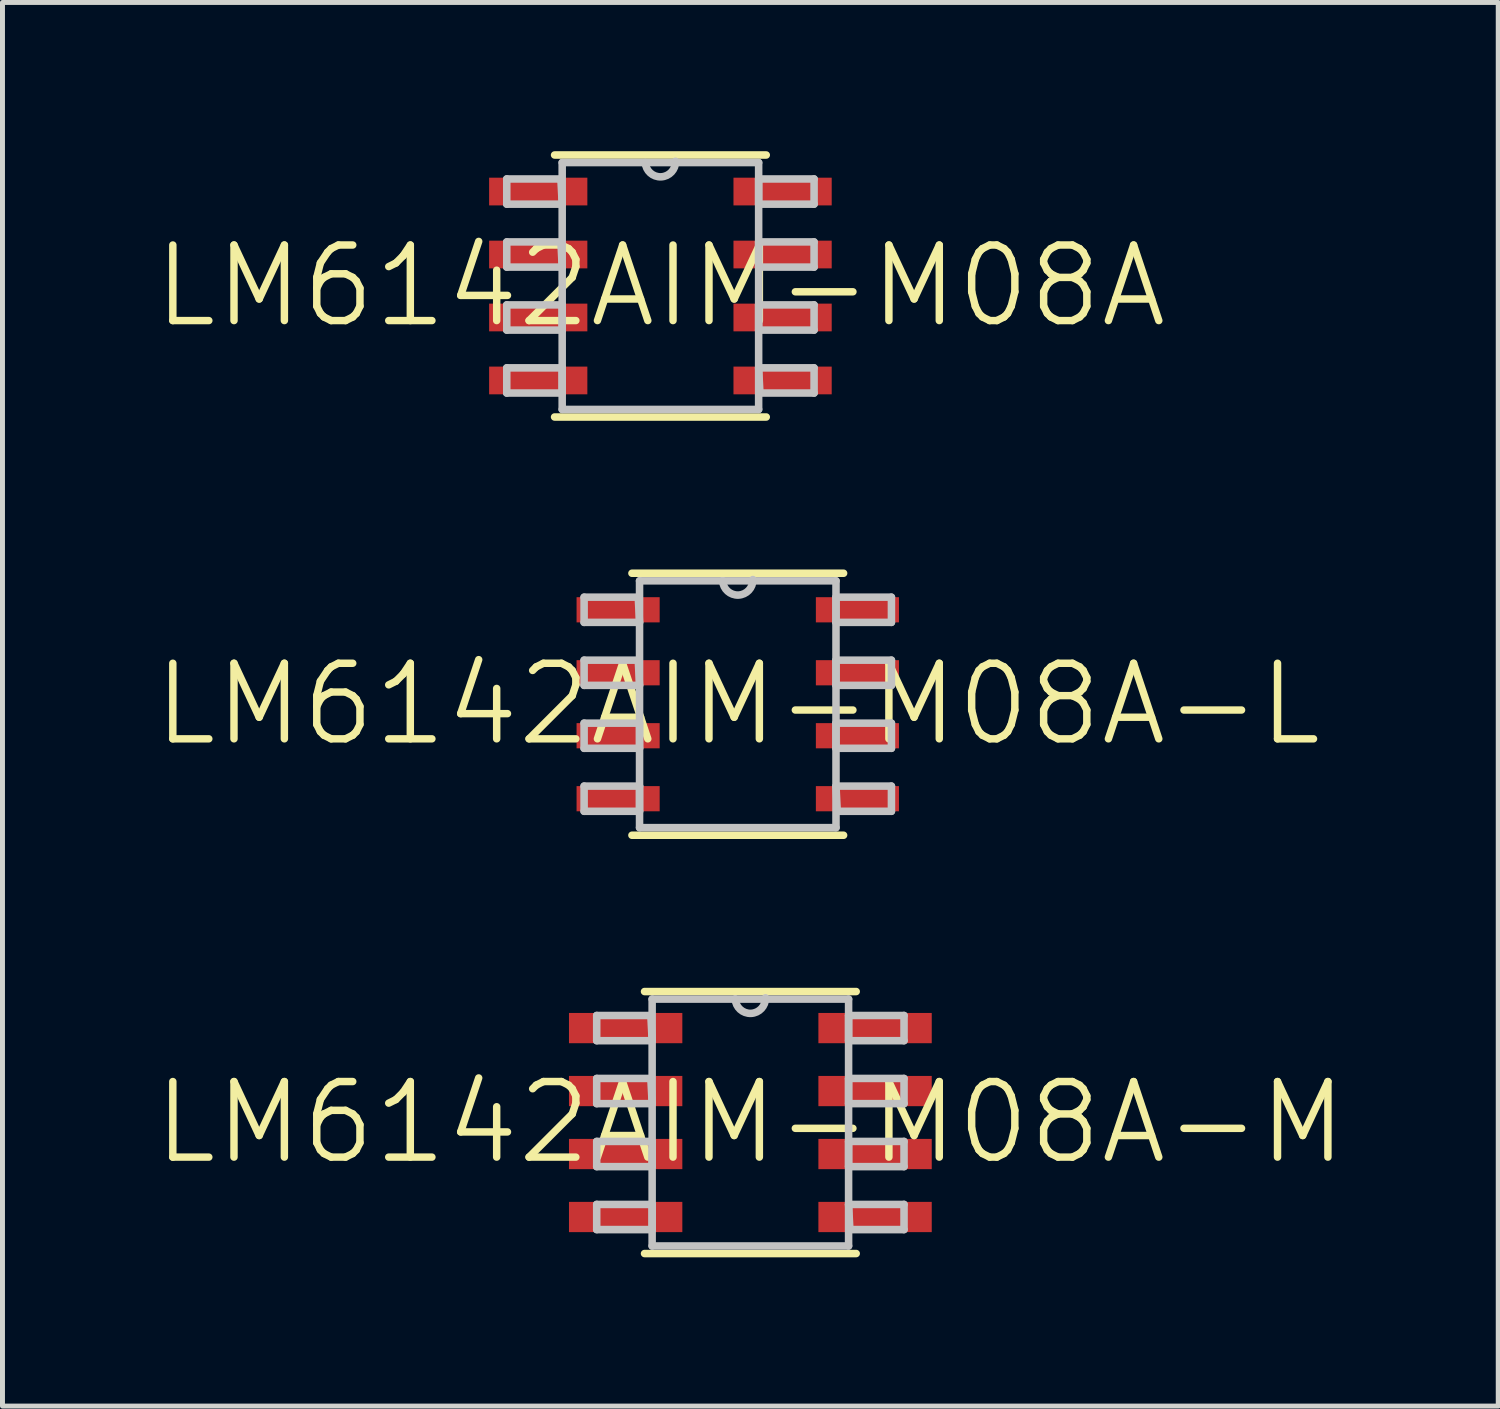
<source format=kicad_pcb>
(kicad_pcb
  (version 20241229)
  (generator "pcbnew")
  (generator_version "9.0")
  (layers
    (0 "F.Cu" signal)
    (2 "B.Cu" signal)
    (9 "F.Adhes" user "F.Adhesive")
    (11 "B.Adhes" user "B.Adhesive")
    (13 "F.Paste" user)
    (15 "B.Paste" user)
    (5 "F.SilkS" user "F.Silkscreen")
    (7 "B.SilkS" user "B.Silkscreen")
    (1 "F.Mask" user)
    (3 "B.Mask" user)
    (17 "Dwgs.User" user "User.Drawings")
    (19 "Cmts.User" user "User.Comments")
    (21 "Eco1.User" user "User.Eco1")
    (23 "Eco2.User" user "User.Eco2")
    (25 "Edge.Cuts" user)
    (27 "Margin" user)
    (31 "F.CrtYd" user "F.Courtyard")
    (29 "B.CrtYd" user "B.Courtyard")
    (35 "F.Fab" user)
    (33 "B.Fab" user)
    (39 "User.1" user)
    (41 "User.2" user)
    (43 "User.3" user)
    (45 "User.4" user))
  (footprint "LM6142AIM-M08A"
    (layer "F.Cu")
    (at 10.269 2.718)
    (property "Reference" "LM6142AIM-M08A" (at 0 0 0) (layer "F.SilkS") (effects (font (size 1.524 1.524) (thickness 0.15))))
    (attr smd)
    (fp_line (start -2.134 2.642) (end 2.134 2.642) (stroke (width 0.152) (type solid)) (layer "F.SilkS"))
    (fp_line (start 2.134 -2.642) (end -2.134 -2.642) (stroke (width 0.152) (type solid)) (layer "F.SilkS"))
    (fp_line (start -3.099 -2.159) (end -3.099 -1.651) (stroke (width 0.152) (type solid)) (layer "Dwgs.User"))
    (fp_line (start -3.099 -1.651) (end -1.981 -1.651) (stroke (width 0.152) (type solid)) (layer "Dwgs.User"))
    (fp_line (start -3.099 -0.889) (end -3.099 -0.381) (stroke (width 0.152) (type solid)) (layer "Dwgs.User"))
    (fp_line (start -3.099 -0.381) (end -1.981 -0.381) (stroke (width 0.152) (type solid)) (layer "Dwgs.User"))
    (fp_line (start -3.099 0.381) (end -3.099 0.889) (stroke (width 0.152) (type solid)) (layer "Dwgs.User"))
    (fp_line (start -3.099 0.889) (end -1.981 0.889) (stroke (width 0.152) (type solid)) (layer "Dwgs.User"))
    (fp_line (start -3.099 1.651) (end -3.099 2.159) (stroke (width 0.152) (type solid)) (layer "Dwgs.User"))
    (fp_line (start -3.099 2.159) (end -1.981 2.159) (stroke (width 0.152) (type solid)) (layer "Dwgs.User"))
    (fp_line (start -2.007 -2.159) (end -3.099 -2.159) (stroke (width 0.152) (type solid)) (layer "Dwgs.User"))
    (fp_line (start -2.007 -0.889) (end -3.099 -0.889) (stroke (width 0.152) (type solid)) (layer "Dwgs.User"))
    (fp_line (start -1.981 -2.489) (end -1.981 2.489) (stroke (width 0.152) (type solid)) (layer "Dwgs.User"))
    (fp_line (start -1.981 -1.651) (end -2.007 -2.159) (stroke (width 0.152) (type solid)) (layer "Dwgs.User"))
    (fp_line (start -1.981 -0.381) (end -2.007 -0.889) (stroke (width 0.152) (type solid)) (layer "Dwgs.User"))
    (fp_line (start -1.981 0.381) (end -3.099 0.381) (stroke (width 0.152) (type solid)) (layer "Dwgs.User"))
    (fp_line (start -1.981 0.889) (end -1.981 0.381) (stroke (width 0.152) (type solid)) (layer "Dwgs.User"))
    (fp_line (start -1.981 1.651) (end -3.099 1.651) (stroke (width 0.152) (type solid)) (layer "Dwgs.User"))
    (fp_line (start -1.981 2.159) (end -1.981 1.651) (stroke (width 0.152) (type solid)) (layer "Dwgs.User"))
    (fp_line (start -1.981 2.489) (end 1.981 2.489) (stroke (width 0.152) (type solid)) (layer "Dwgs.User"))
    (fp_line (start -0.305 -2.489) (end -1.981 -2.489) (stroke (width 0.152) (type solid)) (layer "Dwgs.User"))
    (fp_line (start 1.981 -2.489) (end -0.305 -2.489) (stroke (width 0.152) (type solid)) (layer "Dwgs.User"))
    (fp_line (start 1.981 -2.159) (end 1.981 -1.651) (stroke (width 0.152) (type solid)) (layer "Dwgs.User"))
    (fp_line (start 1.981 -1.651) (end 3.099 -1.651) (stroke (width 0.152) (type solid)) (layer "Dwgs.User"))
    (fp_line (start 1.981 -0.889) (end 1.981 -0.381) (stroke (width 0.152) (type solid)) (layer "Dwgs.User"))
    (fp_line (start 1.981 -0.381) (end 3.099 -0.381) (stroke (width 0.152) (type solid)) (layer "Dwgs.User"))
    (fp_line (start 1.981 0.381) (end 1.981 0.889) (stroke (width 0.152) (type solid)) (layer "Dwgs.User"))
    (fp_line (start 1.981 0.889) (end 3.099 0.889) (stroke (width 0.152) (type solid)) (layer "Dwgs.User"))
    (fp_line (start 1.981 1.651) (end 2.007 2.159) (stroke (width 0.152) (type solid)) (layer "Dwgs.User"))
    (fp_line (start 1.981 2.489) (end 1.981 -2.489) (stroke (width 0.152) (type solid)) (layer "Dwgs.User"))
    (fp_line (start 2.007 2.159) (end 3.099 2.159) (stroke (width 0.152) (type solid)) (layer "Dwgs.User"))
    (fp_line (start 3.099 -2.159) (end 1.981 -2.159) (stroke (width 0.152) (type solid)) (layer "Dwgs.User"))
    (fp_line (start 3.099 -1.651) (end 3.099 -2.159) (stroke (width 0.152) (type solid)) (layer "Dwgs.User"))
    (fp_line (start 3.099 -0.889) (end 1.981 -0.889) (stroke (width 0.152) (type solid)) (layer "Dwgs.User"))
    (fp_line (start 3.099 -0.381) (end 3.099 -0.889) (stroke (width 0.152) (type solid)) (layer "Dwgs.User"))
    (fp_line (start 3.099 0.381) (end 1.981 0.381) (stroke (width 0.152) (type solid)) (layer "Dwgs.User"))
    (fp_line (start 3.099 0.889) (end 3.099 0.381) (stroke (width 0.152) (type solid)) (layer "Dwgs.User"))
    (fp_line (start 3.099 1.651) (end 1.981 1.651) (stroke (width 0.152) (type solid)) (layer "Dwgs.User"))
    (fp_line (start 3.099 2.159) (end 3.099 1.651) (stroke (width 0.152) (type solid)) (layer "Dwgs.User"))
    (fp_arc (start 0.3048 -2.5146) (mid 0.0127 -2.1971) (end -0.3048 -2.4892) (stroke (width 0.1524) (type solid)) (layer "Dwgs.User"))
    (pad "1" smd rect (at -2.464 -1.905) (size 1.981 0.559) (layers "F.Cu" "F.Mask" "F.Paste"))
    (pad "2" smd rect (at -2.464 -0.635) (size 1.981 0.559) (layers "F.Cu" "F.Mask" "F.Paste"))
    (pad "3" smd rect (at -2.464 0.635) (size 1.981 0.559) (layers "F.Cu" "F.Mask" "F.Paste"))
    (pad "4" smd rect (at -2.464 1.905) (size 1.981 0.559) (layers "F.Cu" "F.Mask" "F.Paste"))
    (pad "5" smd rect (at 2.464 1.905) (size 1.981 0.559) (layers "F.Cu" "F.Mask" "F.Paste"))
    (pad "6" smd rect (at 2.464 0.635) (size 1.981 0.559) (layers "F.Cu" "F.Mask" "F.Paste"))
    (pad "7" smd rect (at 2.464 -0.635) (size 1.981 0.559) (layers "F.Cu" "F.Mask" "F.Paste"))
    (pad "8" smd rect (at 2.464 -1.905) (size 1.981 0.559) (layers "F.Cu" "F.Mask" "F.Paste")))
  (footprint "LM6142AIM-M08A-M"
    (layer "F.Cu")
    (at 12.083 19.589)
    (property "Reference" "LM6142AIM-M08A-M" (at 0 0 0) (layer "F.SilkS") (effects (font (size 1.524 1.524) (thickness 0.15))))
    (attr smd)
    (fp_line (start -2.134 2.642) (end 2.134 2.642) (stroke (width 0.152) (type solid)) (layer "F.SilkS"))
    (fp_line (start 2.134 -2.642) (end -2.134 -2.642) (stroke (width 0.152) (type solid)) (layer "F.SilkS"))
    (fp_line (start -3.099 -2.159) (end -3.099 -1.651) (stroke (width 0.152) (type solid)) (layer "Dwgs.User"))
    (fp_line (start -3.099 -1.651) (end -1.981 -1.651) (stroke (width 0.152) (type solid)) (layer "Dwgs.User"))
    (fp_line (start -3.099 -0.889) (end -3.099 -0.381) (stroke (width 0.152) (type solid)) (layer "Dwgs.User"))
    (fp_line (start -3.099 -0.381) (end -1.981 -0.381) (stroke (width 0.152) (type solid)) (layer "Dwgs.User"))
    (fp_line (start -3.099 0.381) (end -3.099 0.889) (stroke (width 0.152) (type solid)) (layer "Dwgs.User"))
    (fp_line (start -3.099 0.889) (end -1.981 0.889) (stroke (width 0.152) (type solid)) (layer "Dwgs.User"))
    (fp_line (start -3.099 1.651) (end -3.099 2.159) (stroke (width 0.152) (type solid)) (layer "Dwgs.User"))
    (fp_line (start -3.099 2.159) (end -1.981 2.159) (stroke (width 0.152) (type solid)) (layer "Dwgs.User"))
    (fp_line (start -2.007 -2.159) (end -3.099 -2.159) (stroke (width 0.152) (type solid)) (layer "Dwgs.User"))
    (fp_line (start -2.007 -0.889) (end -3.099 -0.889) (stroke (width 0.152) (type solid)) (layer "Dwgs.User"))
    (fp_line (start -1.981 -2.489) (end -1.981 2.489) (stroke (width 0.152) (type solid)) (layer "Dwgs.User"))
    (fp_line (start -1.981 -1.651) (end -2.007 -2.159) (stroke (width 0.152) (type solid)) (layer "Dwgs.User"))
    (fp_line (start -1.981 -0.381) (end -2.007 -0.889) (stroke (width 0.152) (type solid)) (layer "Dwgs.User"))
    (fp_line (start -1.981 0.381) (end -3.099 0.381) (stroke (width 0.152) (type solid)) (layer "Dwgs.User"))
    (fp_line (start -1.981 0.889) (end -1.981 0.381) (stroke (width 0.152) (type solid)) (layer "Dwgs.User"))
    (fp_line (start -1.981 1.651) (end -3.099 1.651) (stroke (width 0.152) (type solid)) (layer "Dwgs.User"))
    (fp_line (start -1.981 2.159) (end -1.981 1.651) (stroke (width 0.152) (type solid)) (layer "Dwgs.User"))
    (fp_line (start -1.981 2.489) (end 1.981 2.489) (stroke (width 0.152) (type solid)) (layer "Dwgs.User"))
    (fp_line (start -0.305 -2.489) (end -1.981 -2.489) (stroke (width 0.152) (type solid)) (layer "Dwgs.User"))
    (fp_line (start 1.981 -2.489) (end -0.305 -2.489) (stroke (width 0.152) (type solid)) (layer "Dwgs.User"))
    (fp_line (start 1.981 -2.159) (end 1.981 -1.651) (stroke (width 0.152) (type solid)) (layer "Dwgs.User"))
    (fp_line (start 1.981 -1.651) (end 3.099 -1.651) (stroke (width 0.152) (type solid)) (layer "Dwgs.User"))
    (fp_line (start 1.981 -0.889) (end 1.981 -0.381) (stroke (width 0.152) (type solid)) (layer "Dwgs.User"))
    (fp_line (start 1.981 -0.381) (end 3.099 -0.381) (stroke (width 0.152) (type solid)) (layer "Dwgs.User"))
    (fp_line (start 1.981 0.381) (end 1.981 0.889) (stroke (width 0.152) (type solid)) (layer "Dwgs.User"))
    (fp_line (start 1.981 0.889) (end 3.099 0.889) (stroke (width 0.152) (type solid)) (layer "Dwgs.User"))
    (fp_line (start 1.981 1.651) (end 2.007 2.159) (stroke (width 0.152) (type solid)) (layer "Dwgs.User"))
    (fp_line (start 1.981 2.489) (end 1.981 -2.489) (stroke (width 0.152) (type solid)) (layer "Dwgs.User"))
    (fp_line (start 2.007 2.159) (end 3.099 2.159) (stroke (width 0.152) (type solid)) (layer "Dwgs.User"))
    (fp_line (start 3.099 -2.159) (end 1.981 -2.159) (stroke (width 0.152) (type solid)) (layer "Dwgs.User"))
    (fp_line (start 3.099 -1.651) (end 3.099 -2.159) (stroke (width 0.152) (type solid)) (layer "Dwgs.User"))
    (fp_line (start 3.099 -0.889) (end 1.981 -0.889) (stroke (width 0.152) (type solid)) (layer "Dwgs.User"))
    (fp_line (start 3.099 -0.381) (end 3.099 -0.889) (stroke (width 0.152) (type solid)) (layer "Dwgs.User"))
    (fp_line (start 3.099 0.381) (end 1.981 0.381) (stroke (width 0.152) (type solid)) (layer "Dwgs.User"))
    (fp_line (start 3.099 0.889) (end 3.099 0.381) (stroke (width 0.152) (type solid)) (layer "Dwgs.User"))
    (fp_line (start 3.099 1.651) (end 1.981 1.651) (stroke (width 0.152) (type solid)) (layer "Dwgs.User"))
    (fp_line (start 3.099 2.159) (end 3.099 1.651) (stroke (width 0.152) (type solid)) (layer "Dwgs.User"))
    (fp_arc (start 0.3048 -2.5146) (mid 0.0127 -2.1971) (end -0.3048 -2.4892) (stroke (width 0.1524) (type solid)) (layer "Dwgs.User"))
    (pad "1" smd rect (at -2.515 -1.905) (size 2.286 0.61) (layers "F.Cu" "F.Mask" "F.Paste"))
    (pad "2" smd rect (at -2.515 -0.635) (size 2.286 0.61) (layers "F.Cu" "F.Mask" "F.Paste"))
    (pad "3" smd rect (at -2.515 0.635) (size 2.286 0.61) (layers "F.Cu" "F.Mask" "F.Paste"))
    (pad "4" smd rect (at -2.515 1.905) (size 2.286 0.61) (layers "F.Cu" "F.Mask" "F.Paste"))
    (pad "5" smd rect (at 2.515 1.905) (size 2.286 0.61) (layers "F.Cu" "F.Mask" "F.Paste"))
    (pad "6" smd rect (at 2.515 0.635) (size 2.286 0.61) (layers "F.Cu" "F.Mask" "F.Paste"))
    (pad "7" smd rect (at 2.515 -0.635) (size 2.286 0.61) (layers "F.Cu" "F.Mask" "F.Paste"))
    (pad "8" smd rect (at 2.515 -1.905) (size 2.286 0.61) (layers "F.Cu" "F.Mask" "F.Paste")))
  (footprint "LM6142AIM-M08A-L"
    (layer "F.Cu")
    (at 11.829 11.153)
    (property "Reference" "LM6142AIM-M08A-L" (at 0 0 0) (layer "F.SilkS") (effects (font (size 1.524 1.524) (thickness 0.15))))
    (attr smd)
    (fp_line (start -2.134 2.642) (end 2.134 2.642) (stroke (width 0.152) (type solid)) (layer "F.SilkS"))
    (fp_line (start 2.134 -2.642) (end -2.134 -2.642) (stroke (width 0.152) (type solid)) (layer "F.SilkS"))
    (fp_line (start -3.099 -2.159) (end -3.099 -1.651) (stroke (width 0.152) (type solid)) (layer "Dwgs.User"))
    (fp_line (start -3.099 -1.651) (end -1.981 -1.651) (stroke (width 0.152) (type solid)) (layer "Dwgs.User"))
    (fp_line (start -3.099 -0.889) (end -3.099 -0.381) (stroke (width 0.152) (type solid)) (layer "Dwgs.User"))
    (fp_line (start -3.099 -0.381) (end -1.981 -0.381) (stroke (width 0.152) (type solid)) (layer "Dwgs.User"))
    (fp_line (start -3.099 0.381) (end -3.099 0.889) (stroke (width 0.152) (type solid)) (layer "Dwgs.User"))
    (fp_line (start -3.099 0.889) (end -1.981 0.889) (stroke (width 0.152) (type solid)) (layer "Dwgs.User"))
    (fp_line (start -3.099 1.651) (end -3.099 2.159) (stroke (width 0.152) (type solid)) (layer "Dwgs.User"))
    (fp_line (start -3.099 2.159) (end -1.981 2.159) (stroke (width 0.152) (type solid)) (layer "Dwgs.User"))
    (fp_line (start -2.007 -2.159) (end -3.099 -2.159) (stroke (width 0.152) (type solid)) (layer "Dwgs.User"))
    (fp_line (start -2.007 -0.889) (end -3.099 -0.889) (stroke (width 0.152) (type solid)) (layer "Dwgs.User"))
    (fp_line (start -1.981 -2.489) (end -1.981 2.489) (stroke (width 0.152) (type solid)) (layer "Dwgs.User"))
    (fp_line (start -1.981 -1.651) (end -2.007 -2.159) (stroke (width 0.152) (type solid)) (layer "Dwgs.User"))
    (fp_line (start -1.981 -0.381) (end -2.007 -0.889) (stroke (width 0.152) (type solid)) (layer "Dwgs.User"))
    (fp_line (start -1.981 0.381) (end -3.099 0.381) (stroke (width 0.152) (type solid)) (layer "Dwgs.User"))
    (fp_line (start -1.981 0.889) (end -1.981 0.381) (stroke (width 0.152) (type solid)) (layer "Dwgs.User"))
    (fp_line (start -1.981 1.651) (end -3.099 1.651) (stroke (width 0.152) (type solid)) (layer "Dwgs.User"))
    (fp_line (start -1.981 2.159) (end -1.981 1.651) (stroke (width 0.152) (type solid)) (layer "Dwgs.User"))
    (fp_line (start -1.981 2.489) (end 1.981 2.489) (stroke (width 0.152) (type solid)) (layer "Dwgs.User"))
    (fp_line (start -0.305 -2.489) (end -1.981 -2.489) (stroke (width 0.152) (type solid)) (layer "Dwgs.User"))
    (fp_line (start 1.981 -2.489) (end -0.305 -2.489) (stroke (width 0.152) (type solid)) (layer "Dwgs.User"))
    (fp_line (start 1.981 -2.159) (end 1.981 -1.651) (stroke (width 0.152) (type solid)) (layer "Dwgs.User"))
    (fp_line (start 1.981 -1.651) (end 3.099 -1.651) (stroke (width 0.152) (type solid)) (layer "Dwgs.User"))
    (fp_line (start 1.981 -0.889) (end 1.981 -0.381) (stroke (width 0.152) (type solid)) (layer "Dwgs.User"))
    (fp_line (start 1.981 -0.381) (end 3.099 -0.381) (stroke (width 0.152) (type solid)) (layer "Dwgs.User"))
    (fp_line (start 1.981 0.381) (end 1.981 0.889) (stroke (width 0.152) (type solid)) (layer "Dwgs.User"))
    (fp_line (start 1.981 0.889) (end 3.099 0.889) (stroke (width 0.152) (type solid)) (layer "Dwgs.User"))
    (fp_line (start 1.981 1.651) (end 2.007 2.159) (stroke (width 0.152) (type solid)) (layer "Dwgs.User"))
    (fp_line (start 1.981 2.489) (end 1.981 -2.489) (stroke (width 0.152) (type solid)) (layer "Dwgs.User"))
    (fp_line (start 2.007 2.159) (end 3.099 2.159) (stroke (width 0.152) (type solid)) (layer "Dwgs.User"))
    (fp_line (start 3.099 -2.159) (end 1.981 -2.159) (stroke (width 0.152) (type solid)) (layer "Dwgs.User"))
    (fp_line (start 3.099 -1.651) (end 3.099 -2.159) (stroke (width 0.152) (type solid)) (layer "Dwgs.User"))
    (fp_line (start 3.099 -0.889) (end 1.981 -0.889) (stroke (width 0.152) (type solid)) (layer "Dwgs.User"))
    (fp_line (start 3.099 -0.381) (end 3.099 -0.889) (stroke (width 0.152) (type solid)) (layer "Dwgs.User"))
    (fp_line (start 3.099 0.381) (end 1.981 0.381) (stroke (width 0.152) (type solid)) (layer "Dwgs.User"))
    (fp_line (start 3.099 0.889) (end 3.099 0.381) (stroke (width 0.152) (type solid)) (layer "Dwgs.User"))
    (fp_line (start 3.099 1.651) (end 1.981 1.651) (stroke (width 0.152) (type solid)) (layer "Dwgs.User"))
    (fp_line (start 3.099 2.159) (end 3.099 1.651) (stroke (width 0.152) (type solid)) (layer "Dwgs.User"))
    (fp_arc (start 0.3048 -2.5146) (mid 0.0127 -2.1971) (end -0.3048 -2.4892) (stroke (width 0.1524) (type solid)) (layer "Dwgs.User"))
    (pad "1" smd rect (at -2.413 -1.905) (size 1.676 0.508) (layers "F.Cu" "F.Mask" "F.Paste"))
    (pad "2" smd rect (at -2.413 -0.635) (size 1.676 0.508) (layers "F.Cu" "F.Mask" "F.Paste"))
    (pad "3" smd rect (at -2.413 0.635) (size 1.676 0.508) (layers "F.Cu" "F.Mask" "F.Paste"))
    (pad "4" smd rect (at -2.413 1.905) (size 1.676 0.508) (layers "F.Cu" "F.Mask" "F.Paste"))
    (pad "5" smd rect (at 2.413 1.905) (size 1.676 0.508) (layers "F.Cu" "F.Mask" "F.Paste"))
    (pad "6" smd rect (at 2.413 0.635) (size 1.676 0.508) (layers "F.Cu" "F.Mask" "F.Paste"))
    (pad "7" smd rect (at 2.413 -0.635) (size 1.676 0.508) (layers "F.Cu" "F.Mask" "F.Paste"))
    (pad "8" smd rect (at 2.413 -1.905) (size 1.676 0.508) (layers "F.Cu" "F.Mask" "F.Paste")))
  (gr_rect
    (start -3 -3)
    (end 27.166 25.307)
    (stroke (width 0.1) (type default))
    (fill no)
    (layer "Edge.Cuts")))
</source>
